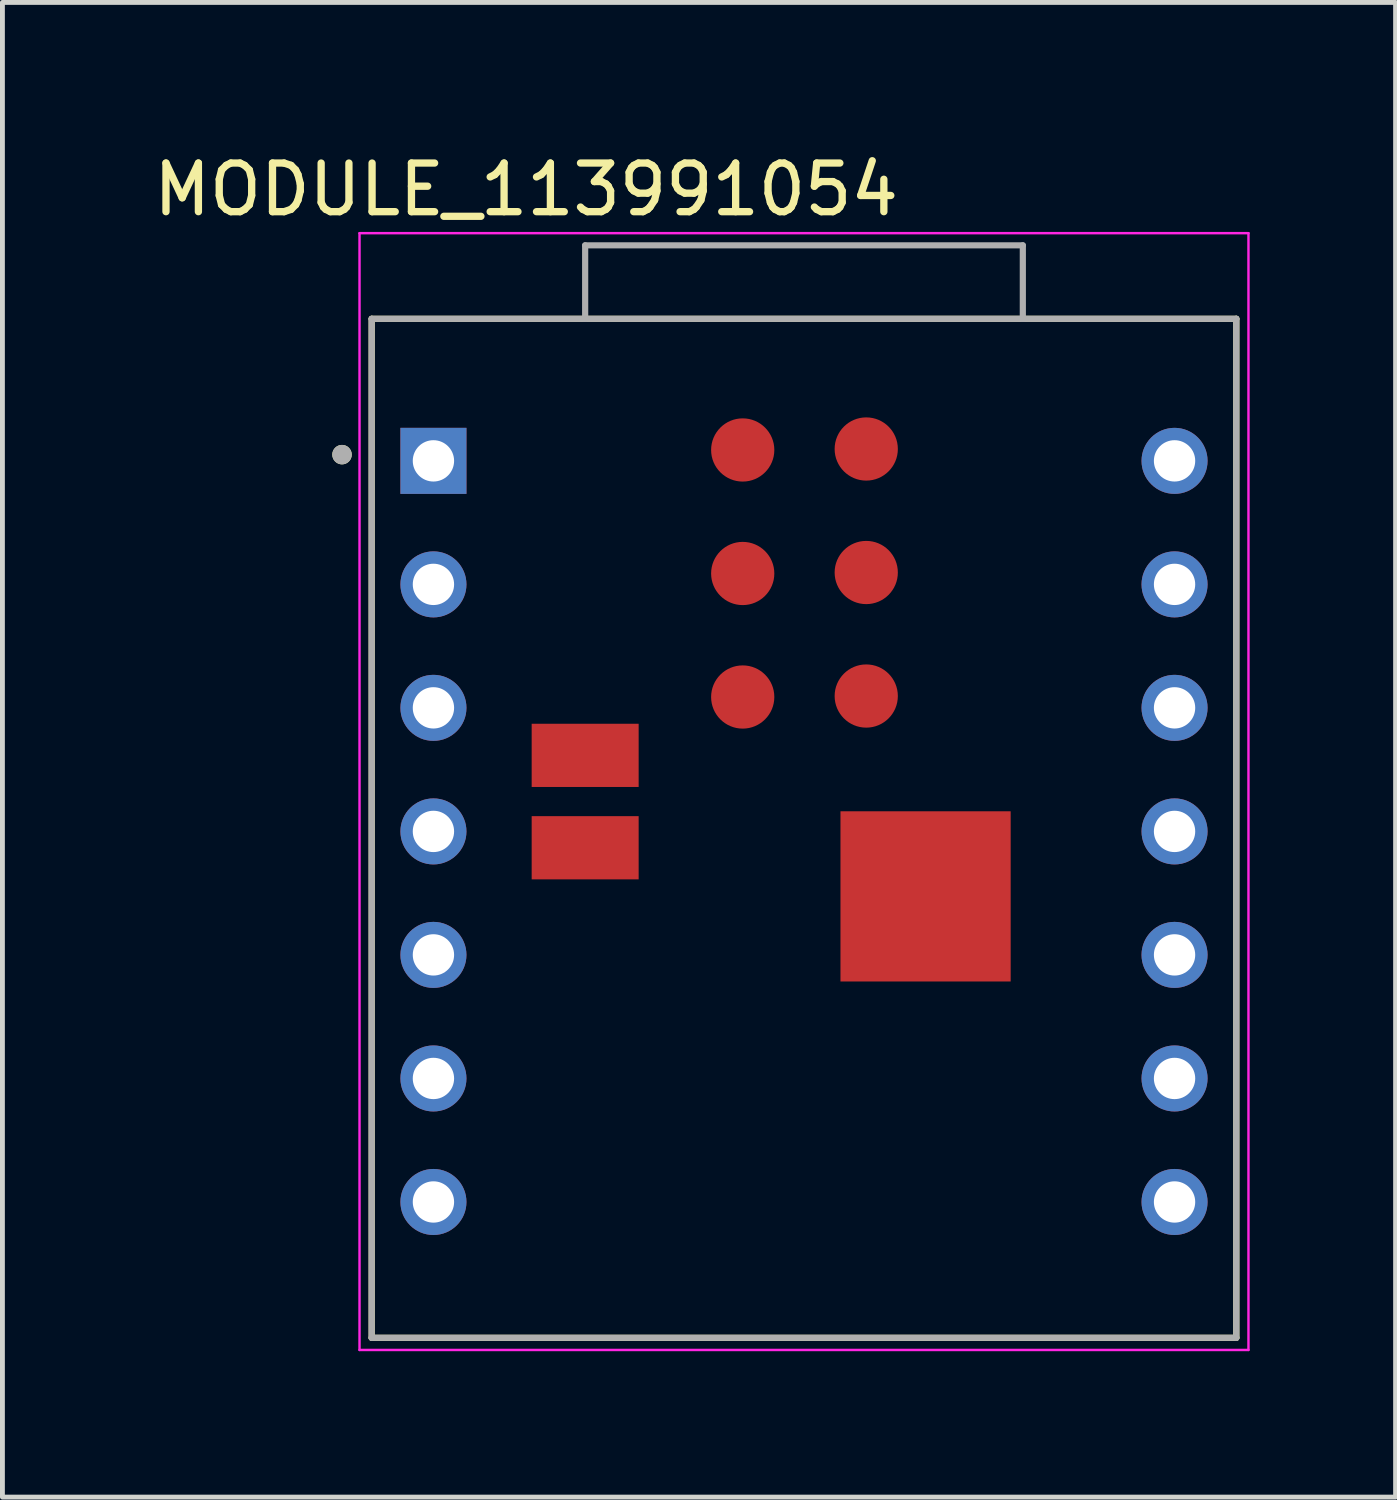
<source format=kicad_pcb>
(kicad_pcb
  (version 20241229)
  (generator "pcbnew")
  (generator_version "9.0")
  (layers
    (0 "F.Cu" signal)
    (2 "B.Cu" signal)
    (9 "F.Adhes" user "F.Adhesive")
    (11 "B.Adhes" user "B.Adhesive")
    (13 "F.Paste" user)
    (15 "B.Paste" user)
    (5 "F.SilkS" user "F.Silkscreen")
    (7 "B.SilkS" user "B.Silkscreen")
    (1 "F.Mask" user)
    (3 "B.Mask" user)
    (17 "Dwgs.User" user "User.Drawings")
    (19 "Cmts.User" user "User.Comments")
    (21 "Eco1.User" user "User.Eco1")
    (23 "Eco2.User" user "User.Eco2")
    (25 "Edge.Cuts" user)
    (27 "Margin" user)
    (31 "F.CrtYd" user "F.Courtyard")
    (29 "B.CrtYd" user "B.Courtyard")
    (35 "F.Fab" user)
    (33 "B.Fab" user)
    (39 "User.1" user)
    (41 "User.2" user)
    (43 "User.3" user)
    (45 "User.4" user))
  (footprint "MODULE_113991054"
    (layer "F.Cu")
    (at 13.483 13.983)
    (property "Reference" "MODULE_113991054" (at -5.715 -13.135 0) (layer "F.SilkS") (effects (font (size 1 1) (thickness 0.15))))
    (attr through_hole)
    (fp_line (start -8.89 -10.477) (end 8.89 -10.477) (stroke (width 0.127) (type solid)) (layer "F.SilkS"))
    (fp_line (start -8.89 10.477) (end -8.89 -10.477) (stroke (width 0.127) (type solid)) (layer "F.SilkS"))
    (fp_line (start 8.89 -10.477) (end 8.89 10.477) (stroke (width 0.127) (type solid)) (layer "F.SilkS"))
    (fp_line (start 8.89 10.477) (end -8.89 10.477) (stroke (width 0.127) (type solid)) (layer "F.SilkS"))
    (fp_circle (center -9.5 -7.684) (end -9.4 -7.684) (stroke (width 0.2) (type solid)) (fill no) (layer "F.SilkS"))
    (fp_line (start -9.14 -12.238) (end -9.14 10.727) (stroke (width 0.05) (type solid)) (layer "F.CrtYd"))
    (fp_line (start -9.14 10.727) (end 9.14 10.727) (stroke (width 0.05) (type solid)) (layer "F.CrtYd"))
    (fp_line (start 9.14 -12.238) (end -9.14 -12.238) (stroke (width 0.05) (type solid)) (layer "F.CrtYd"))
    (fp_line (start 9.14 10.727) (end 9.14 -12.238) (stroke (width 0.05) (type solid)) (layer "F.CrtYd"))
    (fp_line (start -8.89 -10.477) (end -4.5 -10.477) (stroke (width 0.127) (type solid)) (layer "F.Fab"))
    (fp_line (start -8.89 10.477) (end -8.89 -10.477) (stroke (width 0.127) (type solid)) (layer "F.Fab"))
    (fp_line (start -4.5 -11.988) (end 4.5 -11.988) (stroke (width 0.127) (type solid)) (layer "F.Fab"))
    (fp_line (start -4.5 -10.477) (end -4.5 -11.988) (stroke (width 0.127) (type solid)) (layer "F.Fab"))
    (fp_line (start -4.5 -10.477) (end 4.5 -10.477) (stroke (width 0.127) (type solid)) (layer "F.Fab"))
    (fp_line (start 4.5 -11.988) (end 4.5 -10.477) (stroke (width 0.127) (type solid)) (layer "F.Fab"))
    (fp_line (start 4.5 -10.477) (end 8.89 -10.477) (stroke (width 0.127) (type solid)) (layer "F.Fab"))
    (fp_line (start 8.89 -10.477) (end 8.89 10.477) (stroke (width 0.127) (type solid)) (layer "F.Fab"))
    (fp_line (start 8.89 10.477) (end -8.89 10.477) (stroke (width 0.127) (type solid)) (layer "F.Fab"))
    (fp_circle (center -9.5 -7.684) (end -9.4 -7.684) (stroke (width 0.2) (type solid)) (fill no) (layer "F.Fab"))
    (pad "1" thru_hole rect (at -7.62 -7.556) (size 1.358 1.358) (drill 0.85) (layers "*.Cu" "*.Mask"))
    (pad "2" thru_hole circle (at -7.62 -5.016) (size 1.358 1.358) (drill 0.85) (layers "*.Cu" "*.Mask"))
    (pad "3" thru_hole circle (at -7.62 -2.477) (size 1.358 1.358) (drill 0.85) (layers "*.Cu" "*.Mask"))
    (pad "4" thru_hole circle (at -7.62 0.064) (size 1.358 1.358) (drill 0.85) (layers "*.Cu" "*.Mask"))
    (pad "5" thru_hole circle (at -7.62 2.603) (size 1.358 1.358) (drill 0.85) (layers "*.Cu" "*.Mask"))
    (pad "6" thru_hole circle (at -7.62 5.144) (size 1.358 1.358) (drill 0.85) (layers "*.Cu" "*.Mask"))
    (pad "7" thru_hole circle (at -7.62 7.684) (size 1.358 1.358) (drill 0.85) (layers "*.Cu" "*.Mask"))
    (pad "8" thru_hole circle (at 7.62 7.684) (size 1.358 1.358) (drill 0.85) (layers "*.Cu" "*.Mask"))
    (pad "9" thru_hole circle (at 7.62 5.144) (size 1.358 1.358) (drill 0.85) (layers "*.Cu" "*.Mask"))
    (pad "10" thru_hole circle (at 7.62 2.603) (size 1.358 1.358) (drill 0.85) (layers "*.Cu" "*.Mask"))
    (pad "11" thru_hole circle (at 7.62 0.064) (size 1.358 1.358) (drill 0.85) (layers "*.Cu" "*.Mask"))
    (pad "12" thru_hole circle (at 7.62 -2.477) (size 1.358 1.358) (drill 0.85) (layers "*.Cu" "*.Mask"))
    (pad "13" thru_hole circle (at 7.62 -5.016) (size 1.358 1.358) (drill 0.85) (layers "*.Cu" "*.Mask"))
    (pad "14" thru_hole circle (at 7.62 -7.556) (size 1.358 1.358) (drill 0.85) (layers "*.Cu" "*.Mask"))
    (pad "15" smd rect (at -4.5 0.4) (size 2.2 1.3) (layers "F.Cu" "F.Mask" "F.Paste"))
    (pad "16" smd rect (at -4.5 -1.5) (size 2.2 1.3) (layers "F.Cu" "F.Mask" "F.Paste"))
    (pad "EN" smd circle (at 1.28 -5.26) (size 1.3 1.3) (layers "F.Cu" "F.Mask" "F.Paste"))
    (pad "GND" smd circle (at -1.26 -5.24) (size 1.3 1.3) (layers "F.Cu" "F.Mask" "F.Paste"))
    (pad "MTCK" smd circle (at -1.26 -2.7) (size 1.3 1.3) (layers "F.Cu" "F.Mask" "F.Paste"))
    (pad "MTDI" smd circle (at 1.28 -7.8) (size 1.3 1.3) (layers "F.Cu" "F.Mask" "F.Paste"))
    (pad "MTDO" smd circle (at -1.26 -7.78) (size 1.3 1.3) (layers "F.Cu" "F.Mask" "F.Paste"))
    (pad "MTMS" smd circle (at 1.28 -2.72) (size 1.3 1.3) (layers "F.Cu" "F.Mask" "F.Paste"))
    (pad "THRM PAD" smd rect (at 2.5 1.4) (size 3.5 3.5) (layers "F.Cu" "F.Mask" "F.Paste")))
  (gr_rect
    (start -3 -3)
    (end 25.648 27.736)
    (stroke (width 0.1) (type default))
    (fill no)
    (layer "Edge.Cuts")))
</source>
